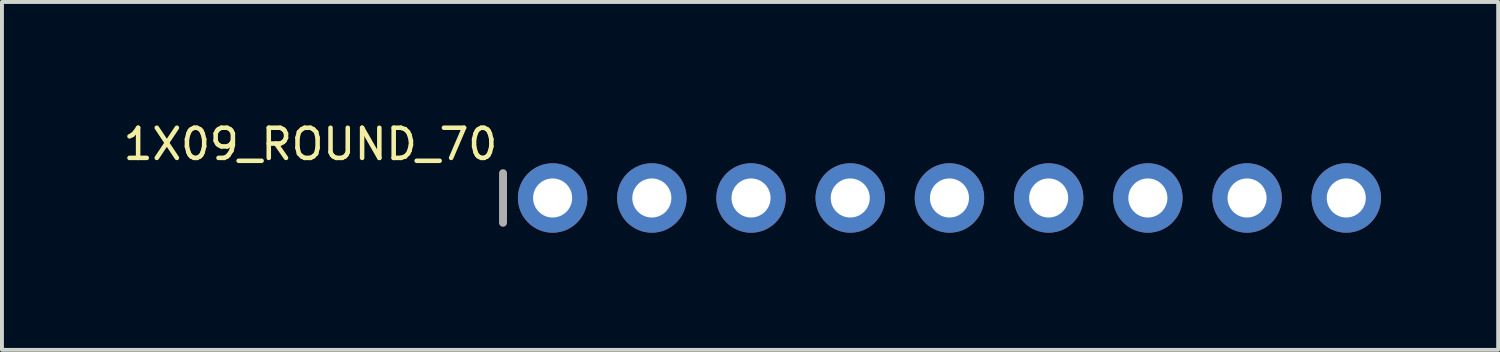
<source format=kicad_pcb>
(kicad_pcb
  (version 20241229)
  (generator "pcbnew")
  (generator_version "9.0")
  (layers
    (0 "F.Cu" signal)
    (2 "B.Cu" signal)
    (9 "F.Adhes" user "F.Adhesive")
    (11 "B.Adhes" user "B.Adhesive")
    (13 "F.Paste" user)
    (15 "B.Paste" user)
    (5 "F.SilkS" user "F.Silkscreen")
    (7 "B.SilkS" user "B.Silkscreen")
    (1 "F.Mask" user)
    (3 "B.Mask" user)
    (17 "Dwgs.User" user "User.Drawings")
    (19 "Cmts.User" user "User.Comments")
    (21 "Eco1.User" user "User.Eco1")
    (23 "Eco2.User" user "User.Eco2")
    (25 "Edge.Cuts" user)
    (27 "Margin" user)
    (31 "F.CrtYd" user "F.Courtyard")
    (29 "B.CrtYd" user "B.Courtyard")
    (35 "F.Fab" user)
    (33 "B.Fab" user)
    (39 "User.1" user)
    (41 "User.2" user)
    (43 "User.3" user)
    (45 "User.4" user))
  (footprint "1X09_ROUND_70"
    (layer "F.Cu")
    (at 21.259 2.019)
    (property "Reference" "1X09_ROUND_70" (at -11.506 -1.829 180) (layer "F.SilkS") (effects (font (size 0.772 0.772) (thickness 0.116)) (justify right top)))
    (attr through_hole)
    (fp_line (start -11.43 -0.635) (end -11.43 0.635) (stroke (width 0.203) (type solid)) (layer "F.Fab"))
    (fp_poly (pts (xy -10.414 0.254) (xy -9.906 0.254) (xy -9.906 -0.254) (xy -10.414 -0.254)) (stroke (width 0.1) (type solid)) (fill no) (layer "F.Fab"))
    (fp_poly (pts (xy -7.874 0.254) (xy -7.366 0.254) (xy -7.366 -0.254) (xy -7.874 -0.254)) (stroke (width 0.1) (type solid)) (fill no) (layer "F.Fab"))
    (fp_poly (pts (xy -5.334 0.254) (xy -4.826 0.254) (xy -4.826 -0.254) (xy -5.334 -0.254)) (stroke (width 0.1) (type solid)) (fill no) (layer "F.Fab"))
    (fp_poly (pts (xy -2.794 0.254) (xy -2.286 0.254) (xy -2.286 -0.254) (xy -2.794 -0.254)) (stroke (width 0.1) (type solid)) (fill no) (layer "F.Fab"))
    (fp_poly (pts (xy -0.254 0.254) (xy 0.254 0.254) (xy 0.254 -0.254) (xy -0.254 -0.254)) (stroke (width 0.1) (type solid)) (fill no) (layer "F.Fab"))
    (fp_poly (pts (xy 2.286 0.254) (xy 2.794 0.254) (xy 2.794 -0.254) (xy 2.286 -0.254)) (stroke (width 0.1) (type solid)) (fill no) (layer "F.Fab"))
    (fp_poly (pts (xy 4.826 0.254) (xy 5.334 0.254) (xy 5.334 -0.254) (xy 4.826 -0.254)) (stroke (width 0.1) (type solid)) (fill no) (layer "F.Fab"))
    (fp_poly (pts (xy 7.366 0.254) (xy 7.874 0.254) (xy 7.874 -0.254) (xy 7.366 -0.254)) (stroke (width 0.1) (type solid)) (fill no) (layer "F.Fab"))
    (fp_poly (pts (xy 9.906 0.254) (xy 10.414 0.254) (xy 10.414 -0.254) (xy 9.906 -0.254)) (stroke (width 0.1) (type solid)) (fill no) (layer "F.Fab"))
    (pad "1" thru_hole circle (at -10.16 0 90) (size 1.778 1.778) (drill 1) (layers "*.Cu" "*.Mask"))
    (pad "2" thru_hole circle (at -7.62 0 90) (size 1.778 1.778) (drill 1) (layers "*.Cu" "*.Mask"))
    (pad "3" thru_hole circle (at -5.08 0 90) (size 1.778 1.778) (drill 1) (layers "*.Cu" "*.Mask"))
    (pad "4" thru_hole circle (at -2.54 0 90) (size 1.778 1.778) (drill 1) (layers "*.Cu" "*.Mask"))
    (pad "5" thru_hole circle (at 0 0 90) (size 1.778 1.778) (drill 1) (layers "*.Cu" "*.Mask"))
    (pad "6" thru_hole circle (at 2.54 0 90) (size 1.778 1.778) (drill 1) (layers "*.Cu" "*.Mask"))
    (pad "7" thru_hole circle (at 5.08 0 90) (size 1.778 1.778) (drill 1) (layers "*.Cu" "*.Mask"))
    (pad "8" thru_hole circle (at 7.62 0 90) (size 1.778 1.778) (drill 1) (layers "*.Cu" "*.Mask"))
    (pad "9" thru_hole circle (at 10.16 0 90) (size 1.778 1.778) (drill 1) (layers "*.Cu" "*.Mask")))
  (gr_rect
    (start -3 -3)
    (end 35.308 5.908)
    (stroke (width 0.1) (type default))
    (fill no)
    (layer "Edge.Cuts")))
</source>
